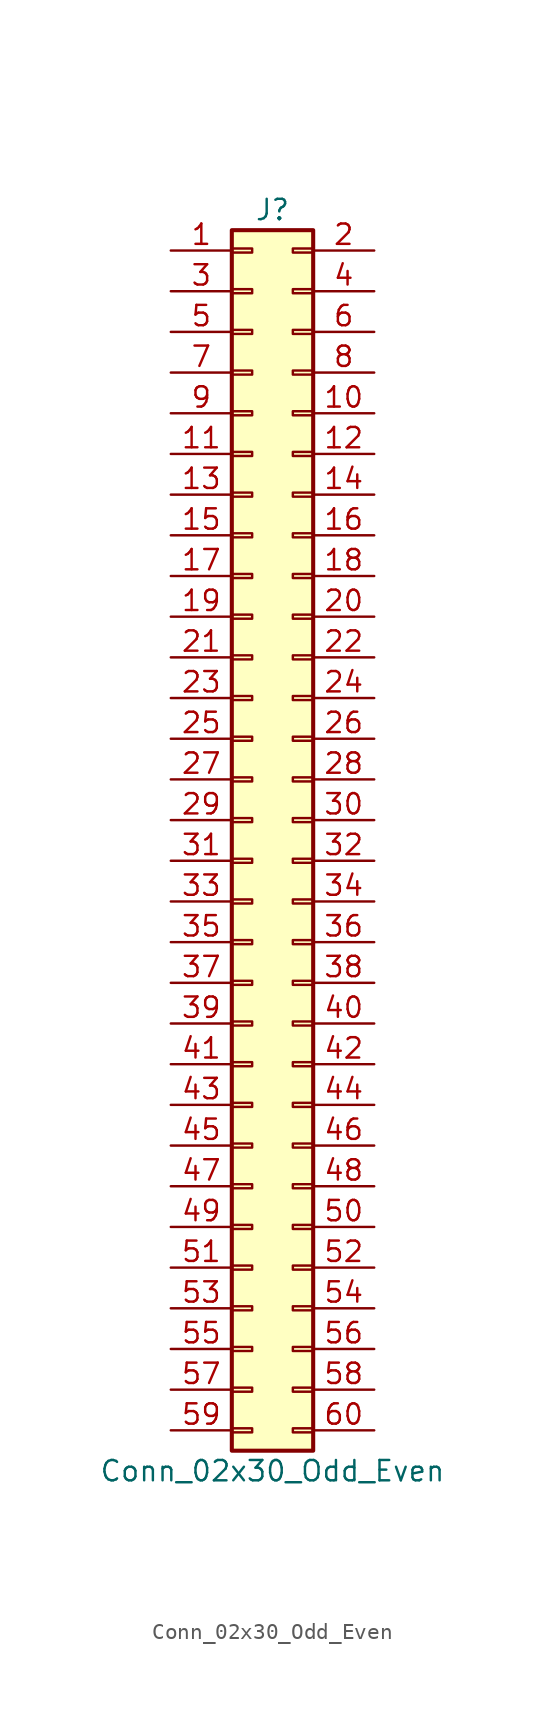
<source format=kicad_sym>
(kicad_symbol_lib
  (version 20241209)
  (generator "kicad_symbol_editor")
  (generator_version "9.0")
  (symbol "Conn_02x30_Odd_Even"
    (pin_names
      (offset 1.016)
      (hide yes))
    (property "Reference" "J"
      (at 1.27 38.1 0)
      (effects (font (size 1.27 1.27))))
    (property "Value" "Conn_02x30_Odd_Even"
      (at 1.27 -40.64 0)
      (effects (font (size 1.27 1.27))))
    (symbol "Conn_02x30_Odd_Even_1_1"
      (rectangle (start -1.27 36.83) (end 3.81 -39.37) (stroke (width 0.254) (type default)) (fill (type background)))
      (rectangle (start -1.27 35.687) (end 0 35.433) (stroke (width 0.152) (type default)) (fill (type none)))
      (rectangle (start -1.27 33.147) (end 0 32.893) (stroke (width 0.152) (type default)) (fill (type none)))
      (rectangle (start -1.27 30.607) (end 0 30.353) (stroke (width 0.152) (type default)) (fill (type none)))
      (rectangle (start -1.27 28.067) (end 0 27.813) (stroke (width 0.152) (type default)) (fill (type none)))
      (rectangle (start -1.27 25.527) (end 0 25.273) (stroke (width 0.152) (type default)) (fill (type none)))
      (rectangle (start -1.27 22.987) (end 0 22.733) (stroke (width 0.152) (type default)) (fill (type none)))
      (rectangle (start -1.27 20.447) (end 0 20.193) (stroke (width 0.152) (type default)) (fill (type none)))
      (rectangle (start -1.27 17.907) (end 0 17.653) (stroke (width 0.152) (type default)) (fill (type none)))
      (rectangle (start -1.27 15.367) (end 0 15.113) (stroke (width 0.152) (type default)) (fill (type none)))
      (rectangle (start -1.27 12.827) (end 0 12.573) (stroke (width 0.152) (type default)) (fill (type none)))
      (rectangle (start -1.27 10.287) (end 0 10.033) (stroke (width 0.152) (type default)) (fill (type none)))
      (rectangle (start -1.27 7.747) (end 0 7.493) (stroke (width 0.152) (type default)) (fill (type none)))
      (rectangle (start -1.27 5.207) (end 0 4.953) (stroke (width 0.152) (type default)) (fill (type none)))
      (rectangle (start -1.27 2.667) (end 0 2.413) (stroke (width 0.152) (type default)) (fill (type none)))
      (rectangle (start -1.27 0.127) (end 0 -0.127) (stroke (width 0.152) (type default)) (fill (type none)))
      (rectangle (start -1.27 -2.413) (end 0 -2.667) (stroke (width 0.152) (type default)) (fill (type none)))
      (rectangle (start -1.27 -4.953) (end 0 -5.207) (stroke (width 0.152) (type default)) (fill (type none)))
      (rectangle (start -1.27 -7.493) (end 0 -7.747) (stroke (width 0.152) (type default)) (fill (type none)))
      (rectangle (start -1.27 -10.033) (end 0 -10.287) (stroke (width 0.152) (type default)) (fill (type none)))
      (rectangle (start -1.27 -12.573) (end 0 -12.827) (stroke (width 0.152) (type default)) (fill (type none)))
      (rectangle (start -1.27 -15.113) (end 0 -15.367) (stroke (width 0.152) (type default)) (fill (type none)))
      (rectangle (start -1.27 -17.653) (end 0 -17.907) (stroke (width 0.152) (type default)) (fill (type none)))
      (rectangle (start -1.27 -20.193) (end 0 -20.447) (stroke (width 0.152) (type default)) (fill (type none)))
      (rectangle (start -1.27 -22.733) (end 0 -22.987) (stroke (width 0.152) (type default)) (fill (type none)))
      (rectangle (start -1.27 -25.273) (end 0 -25.527) (stroke (width 0.152) (type default)) (fill (type none)))
      (rectangle (start -1.27 -27.813) (end 0 -28.067) (stroke (width 0.152) (type default)) (fill (type none)))
      (rectangle (start -1.27 -30.353) (end 0 -30.607) (stroke (width 0.152) (type default)) (fill (type none)))
      (rectangle (start -1.27 -32.893) (end 0 -33.147) (stroke (width 0.152) (type default)) (fill (type none)))
      (rectangle (start -1.27 -35.433) (end 0 -35.687) (stroke (width 0.152) (type default)) (fill (type none)))
      (rectangle (start -1.27 -37.973) (end 0 -38.227) (stroke (width 0.152) (type default)) (fill (type none)))
      (rectangle (start 3.81 35.687) (end 2.54 35.433) (stroke (width 0.152) (type default)) (fill (type none)))
      (rectangle (start 3.81 33.147) (end 2.54 32.893) (stroke (width 0.152) (type default)) (fill (type none)))
      (rectangle (start 3.81 30.607) (end 2.54 30.353) (stroke (width 0.152) (type default)) (fill (type none)))
      (rectangle (start 3.81 28.067) (end 2.54 27.813) (stroke (width 0.152) (type default)) (fill (type none)))
      (rectangle (start 3.81 25.527) (end 2.54 25.273) (stroke (width 0.152) (type default)) (fill (type none)))
      (rectangle (start 3.81 22.987) (end 2.54 22.733) (stroke (width 0.152) (type default)) (fill (type none)))
      (rectangle (start 3.81 20.447) (end 2.54 20.193) (stroke (width 0.152) (type default)) (fill (type none)))
      (rectangle (start 3.81 17.907) (end 2.54 17.653) (stroke (width 0.152) (type default)) (fill (type none)))
      (rectangle (start 3.81 15.367) (end 2.54 15.113) (stroke (width 0.152) (type default)) (fill (type none)))
      (rectangle (start 3.81 12.827) (end 2.54 12.573) (stroke (width 0.152) (type default)) (fill (type none)))
      (rectangle (start 3.81 10.287) (end 2.54 10.033) (stroke (width 0.152) (type default)) (fill (type none)))
      (rectangle (start 3.81 7.747) (end 2.54 7.493) (stroke (width 0.152) (type default)) (fill (type none)))
      (rectangle (start 3.81 5.207) (end 2.54 4.953) (stroke (width 0.152) (type default)) (fill (type none)))
      (rectangle (start 3.81 2.667) (end 2.54 2.413) (stroke (width 0.152) (type default)) (fill (type none)))
      (rectangle (start 3.81 0.127) (end 2.54 -0.127) (stroke (width 0.152) (type default)) (fill (type none)))
      (rectangle (start 3.81 -2.413) (end 2.54 -2.667) (stroke (width 0.152) (type default)) (fill (type none)))
      (rectangle (start 3.81 -4.953) (end 2.54 -5.207) (stroke (width 0.152) (type default)) (fill (type none)))
      (rectangle (start 3.81 -7.493) (end 2.54 -7.747) (stroke (width 0.152) (type default)) (fill (type none)))
      (rectangle (start 3.81 -10.033) (end 2.54 -10.287) (stroke (width 0.152) (type default)) (fill (type none)))
      (rectangle (start 3.81 -12.573) (end 2.54 -12.827) (stroke (width 0.152) (type default)) (fill (type none)))
      (rectangle (start 3.81 -15.113) (end 2.54 -15.367) (stroke (width 0.152) (type default)) (fill (type none)))
      (rectangle (start 3.81 -17.653) (end 2.54 -17.907) (stroke (width 0.152) (type default)) (fill (type none)))
      (rectangle (start 3.81 -20.193) (end 2.54 -20.447) (stroke (width 0.152) (type default)) (fill (type none)))
      (rectangle (start 3.81 -22.733) (end 2.54 -22.987) (stroke (width 0.152) (type default)) (fill (type none)))
      (rectangle (start 3.81 -25.273) (end 2.54 -25.527) (stroke (width 0.152) (type default)) (fill (type none)))
      (rectangle (start 3.81 -27.813) (end 2.54 -28.067) (stroke (width 0.152) (type default)) (fill (type none)))
      (rectangle (start 3.81 -30.353) (end 2.54 -30.607) (stroke (width 0.152) (type default)) (fill (type none)))
      (rectangle (start 3.81 -32.893) (end 2.54 -33.147) (stroke (width 0.152) (type default)) (fill (type none)))
      (rectangle (start 3.81 -35.433) (end 2.54 -35.687) (stroke (width 0.152) (type default)) (fill (type none)))
      (rectangle (start 3.81 -37.973) (end 2.54 -38.227) (stroke (width 0.152) (type default)) (fill (type none)))
      (pin passive line (at -5.08 35.56 0) (length 3.81) (name "Pin_1" (effects (font (size 1.27 1.27)))) (number "1" (effects (font (size 1.27 1.27)))))
      (pin passive line (at -5.08 33.02 0) (length 3.81) (name "Pin_3" (effects (font (size 1.27 1.27)))) (number "3" (effects (font (size 1.27 1.27)))))
      (pin passive line (at -5.08 30.48 0) (length 3.81) (name "Pin_5" (effects (font (size 1.27 1.27)))) (number "5" (effects (font (size 1.27 1.27)))))
      (pin passive line (at -5.08 27.94 0) (length 3.81) (name "Pin_7" (effects (font (size 1.27 1.27)))) (number "7" (effects (font (size 1.27 1.27)))))
      (pin passive line (at -5.08 25.4 0) (length 3.81) (name "Pin_9" (effects (font (size 1.27 1.27)))) (number "9" (effects (font (size 1.27 1.27)))))
      (pin passive line (at -5.08 22.86 0) (length 3.81) (name "Pin_11" (effects (font (size 1.27 1.27)))) (number "11" (effects (font (size 1.27 1.27)))))
      (pin passive line (at -5.08 20.32 0) (length 3.81) (name "Pin_13" (effects (font (size 1.27 1.27)))) (number "13" (effects (font (size 1.27 1.27)))))
      (pin passive line (at -5.08 17.78 0) (length 3.81) (name "Pin_15" (effects (font (size 1.27 1.27)))) (number "15" (effects (font (size 1.27 1.27)))))
      (pin passive line (at -5.08 15.24 0) (length 3.81) (name "Pin_17" (effects (font (size 1.27 1.27)))) (number "17" (effects (font (size 1.27 1.27)))))
      (pin passive line (at -5.08 12.7 0) (length 3.81) (name "Pin_19" (effects (font (size 1.27 1.27)))) (number "19" (effects (font (size 1.27 1.27)))))
      (pin passive line (at -5.08 10.16 0) (length 3.81) (name "Pin_21" (effects (font (size 1.27 1.27)))) (number "21" (effects (font (size 1.27 1.27)))))
      (pin passive line (at -5.08 7.62 0) (length 3.81) (name "Pin_23" (effects (font (size 1.27 1.27)))) (number "23" (effects (font (size 1.27 1.27)))))
      (pin passive line (at -5.08 5.08 0) (length 3.81) (name "Pin_25" (effects (font (size 1.27 1.27)))) (number "25" (effects (font (size 1.27 1.27)))))
      (pin passive line (at -5.08 2.54 0) (length 3.81) (name "Pin_27" (effects (font (size 1.27 1.27)))) (number "27" (effects (font (size 1.27 1.27)))))
      (pin passive line (at -5.08 0 0) (length 3.81) (name "Pin_29" (effects (font (size 1.27 1.27)))) (number "29" (effects (font (size 1.27 1.27)))))
      (pin passive line (at -5.08 -2.54 0) (length 3.81) (name "Pin_31" (effects (font (size 1.27 1.27)))) (number "31" (effects (font (size 1.27 1.27)))))
      (pin passive line (at -5.08 -5.08 0) (length 3.81) (name "Pin_33" (effects (font (size 1.27 1.27)))) (number "33" (effects (font (size 1.27 1.27)))))
      (pin passive line (at -5.08 -7.62 0) (length 3.81) (name "Pin_35" (effects (font (size 1.27 1.27)))) (number "35" (effects (font (size 1.27 1.27)))))
      (pin passive line (at -5.08 -10.16 0) (length 3.81) (name "Pin_37" (effects (font (size 1.27 1.27)))) (number "37" (effects (font (size 1.27 1.27)))))
      (pin passive line (at -5.08 -12.7 0) (length 3.81) (name "Pin_39" (effects (font (size 1.27 1.27)))) (number "39" (effects (font (size 1.27 1.27)))))
      (pin passive line (at -5.08 -15.24 0) (length 3.81) (name "Pin_41" (effects (font (size 1.27 1.27)))) (number "41" (effects (font (size 1.27 1.27)))))
      (pin passive line (at -5.08 -17.78 0) (length 3.81) (name "Pin_43" (effects (font (size 1.27 1.27)))) (number "43" (effects (font (size 1.27 1.27)))))
      (pin passive line (at -5.08 -20.32 0) (length 3.81) (name "Pin_45" (effects (font (size 1.27 1.27)))) (number "45" (effects (font (size 1.27 1.27)))))
      (pin passive line (at -5.08 -22.86 0) (length 3.81) (name "Pin_47" (effects (font (size 1.27 1.27)))) (number "47" (effects (font (size 1.27 1.27)))))
      (pin passive line (at -5.08 -25.4 0) (length 3.81) (name "Pin_49" (effects (font (size 1.27 1.27)))) (number "49" (effects (font (size 1.27 1.27)))))
      (pin passive line (at -5.08 -27.94 0) (length 3.81) (name "Pin_51" (effects (font (size 1.27 1.27)))) (number "51" (effects (font (size 1.27 1.27)))))
      (pin passive line (at -5.08 -30.48 0) (length 3.81) (name "Pin_53" (effects (font (size 1.27 1.27)))) (number "53" (effects (font (size 1.27 1.27)))))
      (pin passive line (at -5.08 -33.02 0) (length 3.81) (name "Pin_55" (effects (font (size 1.27 1.27)))) (number "55" (effects (font (size 1.27 1.27)))))
      (pin passive line (at -5.08 -35.56 0) (length 3.81) (name "Pin_57" (effects (font (size 1.27 1.27)))) (number "57" (effects (font (size 1.27 1.27)))))
      (pin passive line (at -5.08 -38.1 0) (length 3.81) (name "Pin_59" (effects (font (size 1.27 1.27)))) (number "59" (effects (font (size 1.27 1.27)))))
      (pin passive line (at 7.62 35.56 180) (length 3.81) (name "Pin_2" (effects (font (size 1.27 1.27)))) (number "2" (effects (font (size 1.27 1.27)))))
      (pin passive line (at 7.62 33.02 180) (length 3.81) (name "Pin_4" (effects (font (size 1.27 1.27)))) (number "4" (effects (font (size 1.27 1.27)))))
      (pin passive line (at 7.62 30.48 180) (length 3.81) (name "Pin_6" (effects (font (size 1.27 1.27)))) (number "6" (effects (font (size 1.27 1.27)))))
      (pin passive line (at 7.62 27.94 180) (length 3.81) (name "Pin_8" (effects (font (size 1.27 1.27)))) (number "8" (effects (font (size 1.27 1.27)))))
      (pin passive line (at 7.62 25.4 180) (length 3.81) (name "Pin_10" (effects (font (size 1.27 1.27)))) (number "10" (effects (font (size 1.27 1.27)))))
      (pin passive line (at 7.62 22.86 180) (length 3.81) (name "Pin_12" (effects (font (size 1.27 1.27)))) (number "12" (effects (font (size 1.27 1.27)))))
      (pin passive line (at 7.62 20.32 180) (length 3.81) (name "Pin_14" (effects (font (size 1.27 1.27)))) (number "14" (effects (font (size 1.27 1.27)))))
      (pin passive line (at 7.62 17.78 180) (length 3.81) (name "Pin_16" (effects (font (size 1.27 1.27)))) (number "16" (effects (font (size 1.27 1.27)))))
      (pin passive line (at 7.62 15.24 180) (length 3.81) (name "Pin_18" (effects (font (size 1.27 1.27)))) (number "18" (effects (font (size 1.27 1.27)))))
      (pin passive line (at 7.62 12.7 180) (length 3.81) (name "Pin_20" (effects (font (size 1.27 1.27)))) (number "20" (effects (font (size 1.27 1.27)))))
      (pin passive line (at 7.62 10.16 180) (length 3.81) (name "Pin_22" (effects (font (size 1.27 1.27)))) (number "22" (effects (font (size 1.27 1.27)))))
      (pin passive line (at 7.62 7.62 180) (length 3.81) (name "Pin_24" (effects (font (size 1.27 1.27)))) (number "24" (effects (font (size 1.27 1.27)))))
      (pin passive line (at 7.62 5.08 180) (length 3.81) (name "Pin_26" (effects (font (size 1.27 1.27)))) (number "26" (effects (font (size 1.27 1.27)))))
      (pin passive line (at 7.62 2.54 180) (length 3.81) (name "Pin_28" (effects (font (size 1.27 1.27)))) (number "28" (effects (font (size 1.27 1.27)))))
      (pin passive line (at 7.62 0 180) (length 3.81) (name "Pin_30" (effects (font (size 1.27 1.27)))) (number "30" (effects (font (size 1.27 1.27)))))
      (pin passive line (at 7.62 -2.54 180) (length 3.81) (name "Pin_32" (effects (font (size 1.27 1.27)))) (number "32" (effects (font (size 1.27 1.27)))))
      (pin passive line (at 7.62 -5.08 180) (length 3.81) (name "Pin_34" (effects (font (size 1.27 1.27)))) (number "34" (effects (font (size 1.27 1.27)))))
      (pin passive line (at 7.62 -7.62 180) (length 3.81) (name "Pin_36" (effects (font (size 1.27 1.27)))) (number "36" (effects (font (size 1.27 1.27)))))
      (pin passive line (at 7.62 -10.16 180) (length 3.81) (name "Pin_38" (effects (font (size 1.27 1.27)))) (number "38" (effects (font (size 1.27 1.27)))))
      (pin passive line (at 7.62 -12.7 180) (length 3.81) (name "Pin_40" (effects (font (size 1.27 1.27)))) (number "40" (effects (font (size 1.27 1.27)))))
      (pin passive line (at 7.62 -15.24 180) (length 3.81) (name "Pin_42" (effects (font (size 1.27 1.27)))) (number "42" (effects (font (size 1.27 1.27)))))
      (pin passive line (at 7.62 -17.78 180) (length 3.81) (name "Pin_44" (effects (font (size 1.27 1.27)))) (number "44" (effects (font (size 1.27 1.27)))))
      (pin passive line (at 7.62 -20.32 180) (length 3.81) (name "Pin_46" (effects (font (size 1.27 1.27)))) (number "46" (effects (font (size 1.27 1.27)))))
      (pin passive line (at 7.62 -22.86 180) (length 3.81) (name "Pin_48" (effects (font (size 1.27 1.27)))) (number "48" (effects (font (size 1.27 1.27)))))
      (pin passive line (at 7.62 -25.4 180) (length 3.81) (name "Pin_50" (effects (font (size 1.27 1.27)))) (number "50" (effects (font (size 1.27 1.27)))))
      (pin passive line (at 7.62 -27.94 180) (length 3.81) (name "Pin_52" (effects (font (size 1.27 1.27)))) (number "52" (effects (font (size 1.27 1.27)))))
      (pin passive line (at 7.62 -30.48 180) (length 3.81) (name "Pin_54" (effects (font (size 1.27 1.27)))) (number "54" (effects (font (size 1.27 1.27)))))
      (pin passive line (at 7.62 -33.02 180) (length 3.81) (name "Pin_56" (effects (font (size 1.27 1.27)))) (number "56" (effects (font (size 1.27 1.27)))))
      (pin passive line (at 7.62 -35.56 180) (length 3.81) (name "Pin_58" (effects (font (size 1.27 1.27)))) (number "58" (effects (font (size 1.27 1.27)))))
      (pin passive line (at 7.62 -38.1 180) (length 3.81) (name "Pin_60" (effects (font (size 1.27 1.27)))) (number "60" (effects (font (size 1.27 1.27))))))))
</source>
